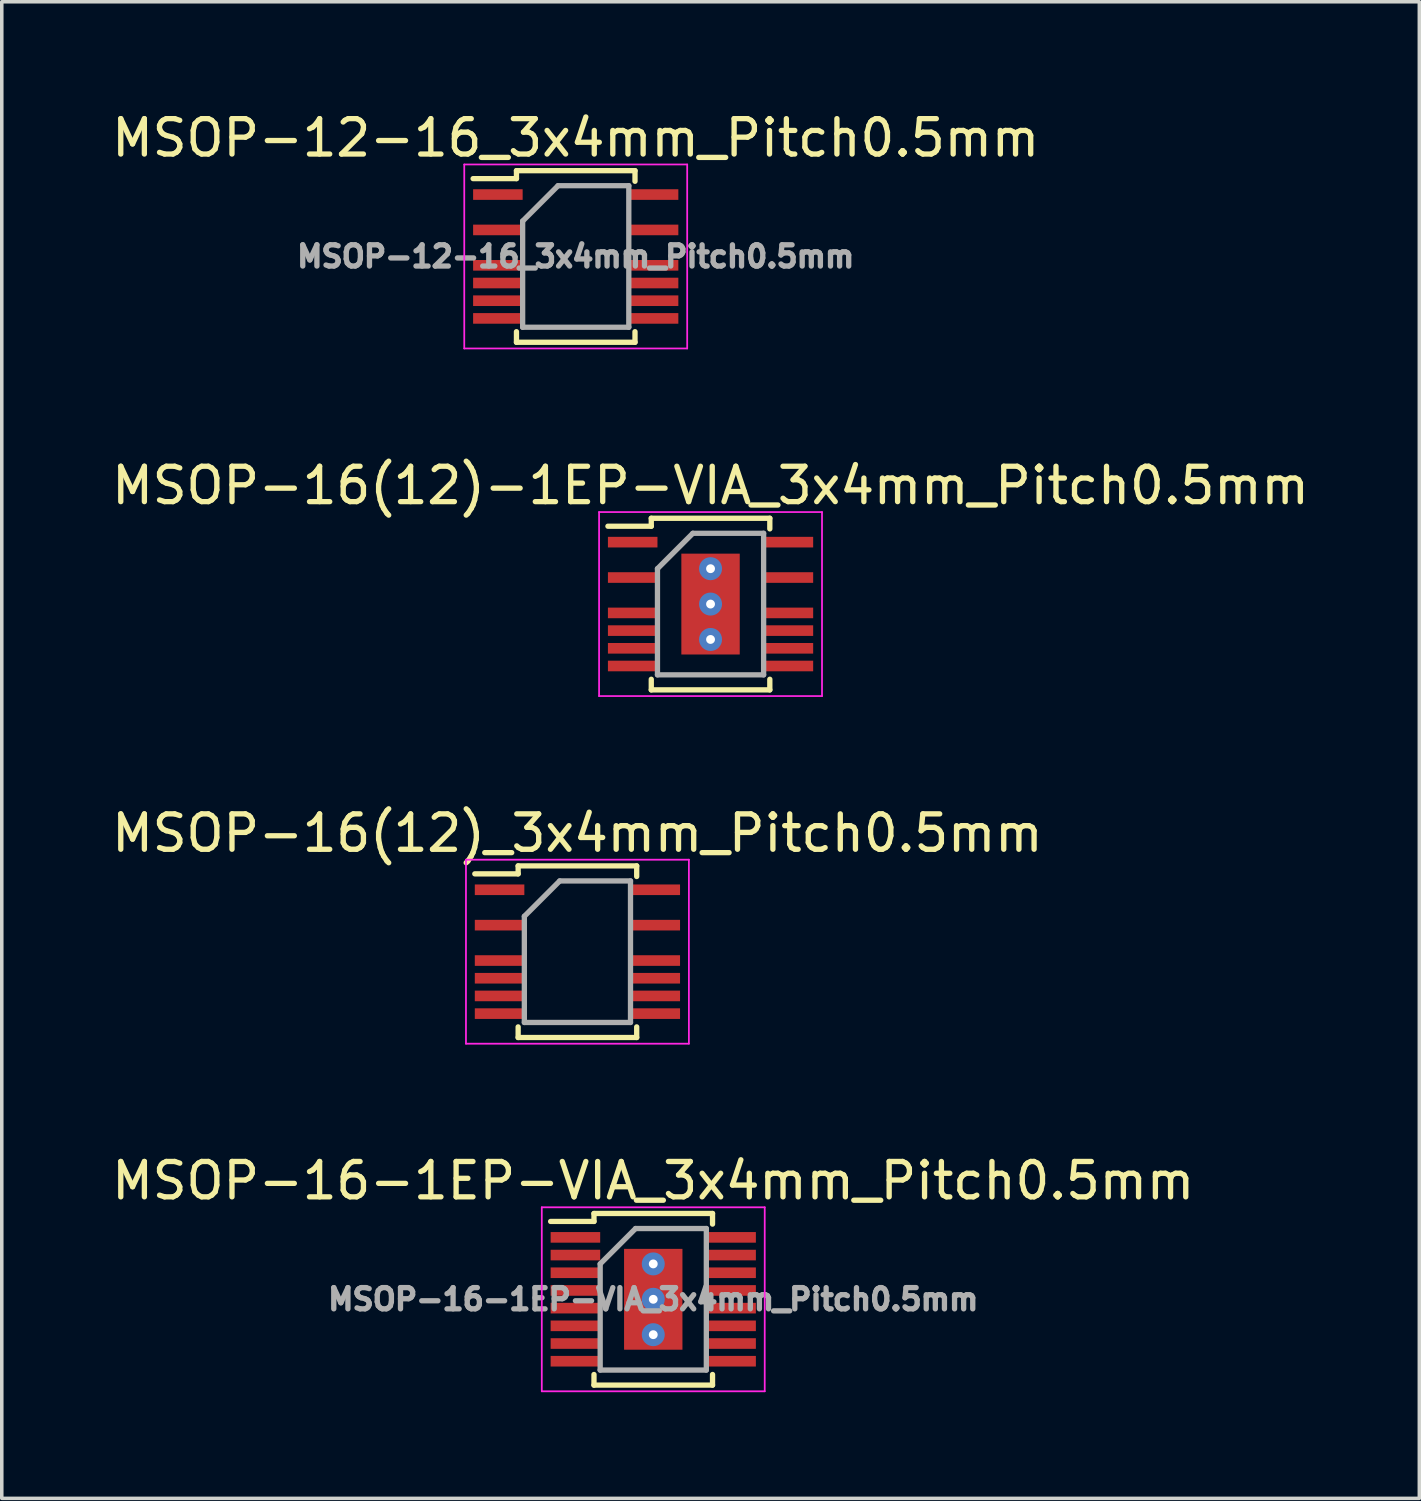
<source format=kicad_pcb>
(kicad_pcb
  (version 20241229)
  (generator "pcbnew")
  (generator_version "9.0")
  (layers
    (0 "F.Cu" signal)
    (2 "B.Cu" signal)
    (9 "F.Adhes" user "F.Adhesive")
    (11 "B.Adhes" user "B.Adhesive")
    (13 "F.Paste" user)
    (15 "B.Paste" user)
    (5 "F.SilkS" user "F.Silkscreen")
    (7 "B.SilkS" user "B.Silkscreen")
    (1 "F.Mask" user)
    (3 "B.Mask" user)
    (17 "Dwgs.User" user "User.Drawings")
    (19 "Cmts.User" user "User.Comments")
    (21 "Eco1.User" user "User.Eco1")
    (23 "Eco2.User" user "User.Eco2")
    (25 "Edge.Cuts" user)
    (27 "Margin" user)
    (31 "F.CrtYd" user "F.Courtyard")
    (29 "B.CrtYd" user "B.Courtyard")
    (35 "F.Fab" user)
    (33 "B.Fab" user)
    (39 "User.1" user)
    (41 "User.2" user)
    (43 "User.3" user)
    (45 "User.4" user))
  (footprint "MSOP-16-1EP-VIA_3x4mm_Pitch0.5mm"
    (layer "F.Cu")
    (at 15.411 33.668)
    (property "Reference" "MSOP-16-1EP-VIA_3x4mm_Pitch0.5mm" (at 0 -3.35 0) (layer "F.SilkS") (effects (font (size 1 1) (thickness 0.15))))
    (attr smd)
    (fp_line (start -1.675 -2.425) (end -1.675 -2.2) (stroke (width 0.15) (type solid)) (layer "F.SilkS"))
    (fp_line (start -1.675 -2.425) (end 1.675 -2.425) (stroke (width 0.15) (type solid)) (layer "F.SilkS"))
    (fp_line (start -1.675 -2.2) (end -2.9 -2.2) (stroke (width 0.15) (type solid)) (layer "F.SilkS"))
    (fp_line (start -1.675 2.425) (end -1.675 2.125) (stroke (width 0.15) (type solid)) (layer "F.SilkS"))
    (fp_line (start -1.675 2.425) (end 1.675 2.425) (stroke (width 0.15) (type solid)) (layer "F.SilkS"))
    (fp_line (start 1.675 -2.425) (end 1.675 -2.125) (stroke (width 0.15) (type solid)) (layer "F.SilkS"))
    (fp_line (start 1.675 2.425) (end 1.675 2.125) (stroke (width 0.15) (type solid)) (layer "F.SilkS"))
    (fp_line (start -3.15 -2.6) (end -3.15 2.6) (stroke (width 0.05) (type solid)) (layer "F.CrtYd"))
    (fp_line (start -3.15 -2.6) (end 3.15 -2.6) (stroke (width 0.05) (type solid)) (layer "F.CrtYd"))
    (fp_line (start -3.15 2.6) (end 3.15 2.6) (stroke (width 0.05) (type solid)) (layer "F.CrtYd"))
    (fp_line (start 3.15 -2.6) (end 3.15 2.6) (stroke (width 0.05) (type solid)) (layer "F.CrtYd"))
    (fp_line (start -1.5 -1) (end -0.5 -2) (stroke (width 0.15) (type solid)) (layer "F.Fab"))
    (fp_line (start -1.5 2) (end -1.5 -1) (stroke (width 0.15) (type solid)) (layer "F.Fab"))
    (fp_line (start -0.5 -2) (end 1.5 -2) (stroke (width 0.15) (type solid)) (layer "F.Fab"))
    (fp_line (start 1.5 -2) (end 1.5 2) (stroke (width 0.15) (type solid)) (layer "F.Fab"))
    (fp_line (start 1.5 2) (end -1.5 2) (stroke (width 0.15) (type solid)) (layer "F.Fab"))
    (fp_text user "${REFERENCE}" (at 0 0 0) (layer "F.Fab") (effects (font (size 0.6 0.6) (thickness 0.15))))
    (pad "1" smd rect (at -2.2 -1.75) (size 1.4 0.3) (layers "F.Cu" "F.Mask" "F.Paste"))
    (pad "2" smd rect (at -2.2 -1.25) (size 1.4 0.3) (layers "F.Cu" "F.Mask" "F.Paste"))
    (pad "3" smd rect (at -2.2 -0.75) (size 1.4 0.3) (layers "F.Cu" "F.Mask" "F.Paste"))
    (pad "4" smd rect (at -2.2 -0.25) (size 1.4 0.3) (layers "F.Cu" "F.Mask" "F.Paste"))
    (pad "5" smd rect (at -2.2 0.25) (size 1.4 0.3) (layers "F.Cu" "F.Mask" "F.Paste"))
    (pad "6" smd rect (at -2.2 0.75) (size 1.4 0.3) (layers "F.Cu" "F.Mask" "F.Paste"))
    (pad "7" smd rect (at -2.2 1.25) (size 1.4 0.3) (layers "F.Cu" "F.Mask" "F.Paste"))
    (pad "8" smd rect (at -2.2 1.75) (size 1.4 0.3) (layers "F.Cu" "F.Mask" "F.Paste"))
    (pad "9" smd rect (at 2.2 1.75) (size 1.4 0.3) (layers "F.Cu" "F.Mask" "F.Paste"))
    (pad "10" smd rect (at 2.2 1.25) (size 1.4 0.3) (layers "F.Cu" "F.Mask" "F.Paste"))
    (pad "11" smd rect (at 2.2 0.75) (size 1.4 0.3) (layers "F.Cu" "F.Mask" "F.Paste"))
    (pad "12" smd rect (at 2.2 0.25) (size 1.4 0.3) (layers "F.Cu" "F.Mask" "F.Paste"))
    (pad "13" smd rect (at 2.2 -0.25) (size 1.4 0.3) (layers "F.Cu" "F.Mask" "F.Paste"))
    (pad "14" smd rect (at 2.2 -0.75) (size 1.4 0.3) (layers "F.Cu" "F.Mask" "F.Paste"))
    (pad "15" smd rect (at 2.2 -1.25) (size 1.4 0.3) (layers "F.Cu" "F.Mask" "F.Paste"))
    (pad "16" smd rect (at 2.2 -1.75) (size 1.4 0.3) (layers "F.Cu" "F.Mask" "F.Paste"))
    (pad "17" thru_hole circle (at 0 -1) (size 0.65 0.65) (drill 0.25) (layers "*.Cu" "*.Paste" "*.Mask"))
    (pad "17" thru_hole circle (at 0 0) (size 0.65 0.65) (drill 0.25) (layers "*.Cu" "*.Paste" "*.Mask"))
    (pad "17" smd rect (at 0 0) (size 1.65 2.85) (layers "F.Cu" "F.Mask" "F.Paste"))
    (pad "17" thru_hole circle (at 0 1) (size 0.65 0.65) (drill 0.25) (layers "*.Cu" "*.Paste" "*.Mask")))
  (footprint "MSOP-12-16_3x4mm_Pitch0.5mm"
    (layer "F.Cu")
    (at 13.22 4.198)
    (property "Reference" "MSOP-12-16_3x4mm_Pitch0.5mm" (at 0 -3.35 0) (layer "F.SilkS") (effects (font (size 1 1) (thickness 0.15))))
    (attr smd)
    (fp_line (start -1.675 -2.425) (end -1.675 -2.2) (stroke (width 0.15) (type solid)) (layer "F.SilkS"))
    (fp_line (start -1.675 -2.425) (end 1.675 -2.425) (stroke (width 0.15) (type solid)) (layer "F.SilkS"))
    (fp_line (start -1.675 -2.2) (end -2.9 -2.2) (stroke (width 0.15) (type solid)) (layer "F.SilkS"))
    (fp_line (start -1.675 2.425) (end -1.675 2.125) (stroke (width 0.15) (type solid)) (layer "F.SilkS"))
    (fp_line (start -1.675 2.425) (end 1.675 2.425) (stroke (width 0.15) (type solid)) (layer "F.SilkS"))
    (fp_line (start 1.675 -2.425) (end 1.675 -2.125) (stroke (width 0.15) (type solid)) (layer "F.SilkS"))
    (fp_line (start 1.675 2.425) (end 1.675 2.125) (stroke (width 0.15) (type solid)) (layer "F.SilkS"))
    (fp_line (start -3.15 -2.6) (end -3.15 2.6) (stroke (width 0.05) (type solid)) (layer "F.CrtYd"))
    (fp_line (start -3.15 -2.6) (end 3.15 -2.6) (stroke (width 0.05) (type solid)) (layer "F.CrtYd"))
    (fp_line (start -3.15 2.6) (end 3.15 2.6) (stroke (width 0.05) (type solid)) (layer "F.CrtYd"))
    (fp_line (start 3.15 -2.6) (end 3.15 2.6) (stroke (width 0.05) (type solid)) (layer "F.CrtYd"))
    (fp_line (start -1.5 -1) (end -0.5 -2) (stroke (width 0.15) (type solid)) (layer "F.Fab"))
    (fp_line (start -1.5 2) (end -1.5 -1) (stroke (width 0.15) (type solid)) (layer "F.Fab"))
    (fp_line (start -0.5 -2) (end 1.5 -2) (stroke (width 0.15) (type solid)) (layer "F.Fab"))
    (fp_line (start 1.5 -2) (end 1.5 2) (stroke (width 0.15) (type solid)) (layer "F.Fab"))
    (fp_line (start 1.5 2) (end -1.5 2) (stroke (width 0.15) (type solid)) (layer "F.Fab"))
    (fp_text user "${REFERENCE}" (at 0 0 0) (layer "F.Fab") (effects (font (size 0.6 0.6) (thickness 0.15))))
    (pad "1" smd rect (at -2.2 -1.75) (size 1.4 0.3) (layers "F.Cu" "F.Mask" "F.Paste"))
    (pad "3" smd rect (at -2.2 -0.75) (size 1.4 0.3) (layers "F.Cu" "F.Mask" "F.Paste"))
    (pad "5" smd rect (at -2.2 0.25) (size 1.4 0.3) (layers "F.Cu" "F.Mask" "F.Paste"))
    (pad "6" smd rect (at -2.2 0.75) (size 1.4 0.3) (layers "F.Cu" "F.Mask" "F.Paste"))
    (pad "7" smd rect (at -2.2 1.25) (size 1.4 0.3) (layers "F.Cu" "F.Mask" "F.Paste"))
    (pad "8" smd rect (at -2.2 1.75) (size 1.4 0.3) (layers "F.Cu" "F.Mask" "F.Paste"))
    (pad "9" smd rect (at 2.2 1.75) (size 1.4 0.3) (layers "F.Cu" "F.Mask" "F.Paste"))
    (pad "10" smd rect (at 2.2 1.25) (size 1.4 0.3) (layers "F.Cu" "F.Mask" "F.Paste"))
    (pad "11" smd rect (at 2.2 0.75) (size 1.4 0.3) (layers "F.Cu" "F.Mask" "F.Paste"))
    (pad "12" smd rect (at 2.2 0.25) (size 1.4 0.3) (layers "F.Cu" "F.Mask" "F.Paste"))
    (pad "14" smd rect (at 2.2 -0.75) (size 1.4 0.3) (layers "F.Cu" "F.Mask" "F.Paste"))
    (pad "16" smd rect (at 2.2 -1.75) (size 1.4 0.3) (layers "F.Cu" "F.Mask" "F.Paste")))
  (footprint "MSOP-16(12)-1EP-VIA_3x4mm_Pitch0.5mm"
    (layer "F.Cu")
    (at 17.03 14.021)
    (property "Reference" "MSOP-16(12)-1EP-VIA_3x4mm_Pitch0.5mm" (at 0 -3.35 0) (layer "F.SilkS") (effects (font (size 1 1) (thickness 0.15))))
    (attr smd)
    (fp_line (start -1.675 -2.425) (end -1.675 -2.2) (stroke (width 0.15) (type solid)) (layer "F.SilkS"))
    (fp_line (start -1.675 -2.425) (end 1.675 -2.425) (stroke (width 0.15) (type solid)) (layer "F.SilkS"))
    (fp_line (start -1.675 -2.2) (end -2.9 -2.2) (stroke (width 0.15) (type solid)) (layer "F.SilkS"))
    (fp_line (start -1.675 2.425) (end -1.675 2.125) (stroke (width 0.15) (type solid)) (layer "F.SilkS"))
    (fp_line (start -1.675 2.425) (end 1.675 2.425) (stroke (width 0.15) (type solid)) (layer "F.SilkS"))
    (fp_line (start 1.675 -2.425) (end 1.675 -2.125) (stroke (width 0.15) (type solid)) (layer "F.SilkS"))
    (fp_line (start 1.675 2.425) (end 1.675 2.125) (stroke (width 0.15) (type solid)) (layer "F.SilkS"))
    (fp_line (start -3.15 -2.6) (end -3.15 2.6) (stroke (width 0.05) (type solid)) (layer "F.CrtYd"))
    (fp_line (start -3.15 -2.6) (end 3.15 -2.6) (stroke (width 0.05) (type solid)) (layer "F.CrtYd"))
    (fp_line (start -3.15 2.6) (end 3.15 2.6) (stroke (width 0.05) (type solid)) (layer "F.CrtYd"))
    (fp_line (start 3.15 -2.6) (end 3.15 2.6) (stroke (width 0.05) (type solid)) (layer "F.CrtYd"))
    (fp_line (start -1.5 -1) (end -0.5 -2) (stroke (width 0.15) (type solid)) (layer "F.Fab"))
    (fp_line (start -1.5 2) (end -1.5 -1) (stroke (width 0.15) (type solid)) (layer "F.Fab"))
    (fp_line (start -0.5 -2) (end 1.5 -2) (stroke (width 0.15) (type solid)) (layer "F.Fab"))
    (fp_line (start 1.5 -2) (end 1.5 2) (stroke (width 0.15) (type solid)) (layer "F.Fab"))
    (fp_line (start 1.5 2) (end -1.5 2) (stroke (width 0.15) (type solid)) (layer "F.Fab"))
    (pad "1" smd rect (at -2.2 -1.75) (size 1.4 0.3) (layers "F.Cu" "F.Mask" "F.Paste"))
    (pad "3" smd rect (at -2.2 -0.75) (size 1.4 0.3) (layers "F.Cu" "F.Mask" "F.Paste"))
    (pad "5" smd rect (at -2.2 0.25) (size 1.4 0.3) (layers "F.Cu" "F.Mask" "F.Paste"))
    (pad "6" smd rect (at -2.2 0.75) (size 1.4 0.3) (layers "F.Cu" "F.Mask" "F.Paste"))
    (pad "7" smd rect (at -2.2 1.25) (size 1.4 0.3) (layers "F.Cu" "F.Mask" "F.Paste"))
    (pad "8" smd rect (at -2.2 1.75) (size 1.4 0.3) (layers "F.Cu" "F.Mask" "F.Paste"))
    (pad "9" smd rect (at 2.2 1.75) (size 1.4 0.3) (layers "F.Cu" "F.Mask" "F.Paste"))
    (pad "10" smd rect (at 2.2 1.25) (size 1.4 0.3) (layers "F.Cu" "F.Mask" "F.Paste"))
    (pad "11" smd rect (at 2.2 0.75) (size 1.4 0.3) (layers "F.Cu" "F.Mask" "F.Paste"))
    (pad "12" smd rect (at 2.2 0.25) (size 1.4 0.3) (layers "F.Cu" "F.Mask" "F.Paste"))
    (pad "14" smd rect (at 2.2 -0.75) (size 1.4 0.3) (layers "F.Cu" "F.Mask" "F.Paste"))
    (pad "16" smd rect (at 2.2 -1.75) (size 1.4 0.3) (layers "F.Cu" "F.Mask" "F.Paste"))
    (pad "17" thru_hole circle (at 0 -1) (size 0.65 0.65) (drill 0.25) (layers "*.Cu" "*.Paste" "*.Mask"))
    (pad "17" thru_hole circle (at 0 0) (size 0.65 0.65) (drill 0.25) (layers "*.Cu" "*.Paste" "*.Mask"))
    (pad "17" smd rect (at 0 0) (size 1.65 2.85) (layers "F.Cu" "F.Mask" "F.Paste"))
    (pad "17" thru_hole circle (at 0 1) (size 0.65 0.65) (drill 0.25) (layers "*.Cu" "*.Paste" "*.Mask")))
  (footprint "MSOP-16(12)_3x4mm_Pitch0.5mm"
    (layer "F.Cu")
    (at 13.268 23.845)
    (property "Reference" "MSOP-16(12)_3x4mm_Pitch0.5mm" (at 0 -3.35 0) (layer "F.SilkS") (effects (font (size 1 1) (thickness 0.15))))
    (attr smd)
    (fp_line (start -1.675 -2.425) (end -1.675 -2.2) (stroke (width 0.15) (type solid)) (layer "F.SilkS"))
    (fp_line (start -1.675 -2.425) (end 1.675 -2.425) (stroke (width 0.15) (type solid)) (layer "F.SilkS"))
    (fp_line (start -1.675 -2.2) (end -2.9 -2.2) (stroke (width 0.15) (type solid)) (layer "F.SilkS"))
    (fp_line (start -1.675 2.425) (end -1.675 2.125) (stroke (width 0.15) (type solid)) (layer "F.SilkS"))
    (fp_line (start -1.675 2.425) (end 1.675 2.425) (stroke (width 0.15) (type solid)) (layer "F.SilkS"))
    (fp_line (start 1.675 -2.425) (end 1.675 -2.125) (stroke (width 0.15) (type solid)) (layer "F.SilkS"))
    (fp_line (start 1.675 2.425) (end 1.675 2.125) (stroke (width 0.15) (type solid)) (layer "F.SilkS"))
    (fp_line (start -3.15 -2.6) (end -3.15 2.6) (stroke (width 0.05) (type solid)) (layer "F.CrtYd"))
    (fp_line (start -3.15 -2.6) (end 3.15 -2.6) (stroke (width 0.05) (type solid)) (layer "F.CrtYd"))
    (fp_line (start -3.15 2.6) (end 3.15 2.6) (stroke (width 0.05) (type solid)) (layer "F.CrtYd"))
    (fp_line (start 3.15 -2.6) (end 3.15 2.6) (stroke (width 0.05) (type solid)) (layer "F.CrtYd"))
    (fp_line (start -1.5 -1) (end -0.5 -2) (stroke (width 0.15) (type solid)) (layer "F.Fab"))
    (fp_line (start -1.5 2) (end -1.5 -1) (stroke (width 0.15) (type solid)) (layer "F.Fab"))
    (fp_line (start -0.5 -2) (end 1.5 -2) (stroke (width 0.15) (type solid)) (layer "F.Fab"))
    (fp_line (start 1.5 -2) (end 1.5 2) (stroke (width 0.15) (type solid)) (layer "F.Fab"))
    (fp_line (start 1.5 2) (end -1.5 2) (stroke (width 0.15) (type solid)) (layer "F.Fab"))
    (pad "1" smd rect (at -2.2 -1.75) (size 1.4 0.3) (layers "F.Cu" "F.Mask" "F.Paste"))
    (pad "3" smd rect (at -2.2 -0.75) (size 1.4 0.3) (layers "F.Cu" "F.Mask" "F.Paste"))
    (pad "5" smd rect (at -2.2 0.25) (size 1.4 0.3) (layers "F.Cu" "F.Mask" "F.Paste"))
    (pad "6" smd rect (at -2.2 0.75) (size 1.4 0.3) (layers "F.Cu" "F.Mask" "F.Paste"))
    (pad "7" smd rect (at -2.2 1.25) (size 1.4 0.3) (layers "F.Cu" "F.Mask" "F.Paste"))
    (pad "8" smd rect (at -2.2 1.75) (size 1.4 0.3) (layers "F.Cu" "F.Mask" "F.Paste"))
    (pad "9" smd rect (at 2.2 1.75) (size 1.4 0.3) (layers "F.Cu" "F.Mask" "F.Paste"))
    (pad "10" smd rect (at 2.2 1.25) (size 1.4 0.3) (layers "F.Cu" "F.Mask" "F.Paste"))
    (pad "11" smd rect (at 2.2 0.75) (size 1.4 0.3) (layers "F.Cu" "F.Mask" "F.Paste"))
    (pad "12" smd rect (at 2.2 0.25) (size 1.4 0.3) (layers "F.Cu" "F.Mask" "F.Paste"))
    (pad "14" smd rect (at 2.2 -0.75) (size 1.4 0.3) (layers "F.Cu" "F.Mask" "F.Paste"))
    (pad "16" smd rect (at 2.2 -1.75) (size 1.4 0.3) (layers "F.Cu" "F.Mask" "F.Paste")))
  (gr_rect
    (start -3 -3)
    (end 37.06 39.293)
    (stroke (width 0.1) (type default))
    (fill no)
    (layer "Edge.Cuts")))
</source>
